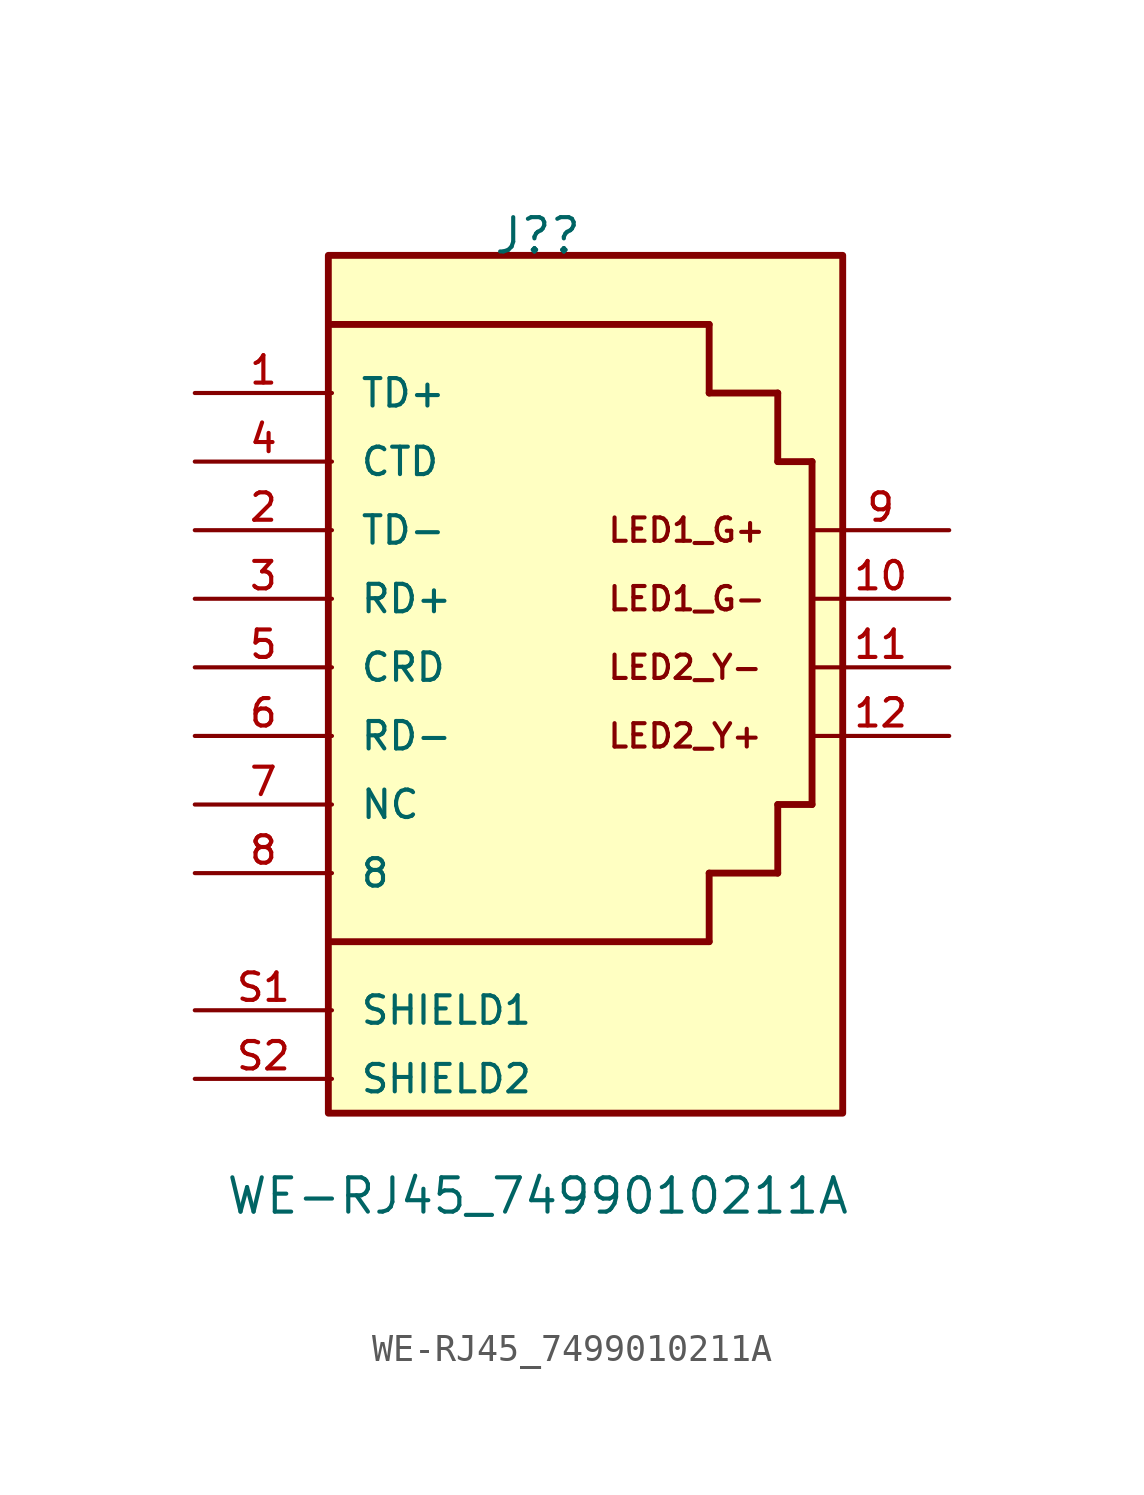
<source format=kicad_sym>
(kicad_symbol_lib
  (version 20241209)
  (generator "kicad_symbol_editor")
  (generator_version "9.0")
  (symbol "WE-RJ45_7499010211A"
    (pin_names
      (offset 1.016))
    (property "Reference" "J?"
      (at 0 15.24 0)
      (effects (font (size 1.27 1.27)) (justify bottom)))
    (property "Value" "WE-RJ45_7499010211A"
      (at 0 -20.32 0)
      (effects (font (size 1.27 1.27)) (justify bottom)))
    (symbol "WE-RJ45_7499010211A_0_0"
      (rectangle (start -7.754 15.258) (end 11.296 -16.51) (stroke (width 0.254) (type default)) (fill (type background)))
      (polyline (pts (xy -7.62 12.7) (xy 6.35 12.7)) (stroke (width 0.254) (type default)) (fill (type none)))
      (polyline (pts (xy 6.35 12.7) (xy 6.35 10.16)) (stroke (width 0.254) (type default)) (fill (type none)))
      (polyline (pts (xy 6.35 10.16) (xy 8.89 10.16)) (stroke (width 0.254) (type default)) (fill (type none)))
      (polyline (pts (xy 6.35 -7.62) (xy 8.89 -7.62)) (stroke (width 0.254) (type default)) (fill (type none)))
      (polyline (pts (xy 6.35 -10.16) (xy -7.62 -10.16)) (stroke (width 0.254) (type default)) (fill (type none)))
      (polyline (pts (xy 6.35 -10.16) (xy 6.35 -7.62)) (stroke (width 0.254) (type default)) (fill (type none)))
      (polyline (pts (xy 8.89 10.16) (xy 8.89 7.62)) (stroke (width 0.254) (type default)) (fill (type none)))
      (polyline (pts (xy 8.89 7.62) (xy 10.16 7.62)) (stroke (width 0.254) (type default)) (fill (type none)))
      (polyline (pts (xy 8.89 -5.08) (xy 10.16 -5.08)) (stroke (width 0.254) (type default)) (fill (type none)))
      (polyline (pts (xy 8.89 -7.62) (xy 8.89 -5.08)) (stroke (width 0.254) (type default)) (fill (type none)))
      (polyline (pts (xy 10.16 7.62) (xy 10.16 -5.08)) (stroke (width 0.254) (type default)) (fill (type none)))
      (text "LED1_G+" (at 2.54 5.08 0) (effects (font (size 0.864 0.864)) (justify left)))
      (text "LED1_G-" (at 2.54 2.54 0) (effects (font (size 0.864 0.864)) (justify left)))
      (text "LED2_Y-" (at 2.54 0 0) (effects (font (size 0.864 0.864)) (justify left)))
      (text "LED2_Y+" (at 2.54 -2.54 0) (effects (font (size 0.864 0.864)) (justify left)))
      (pin passive line (at -12.7 10.16 0) (length 5.08) (name "TD+" (effects (font (size 1.016 1.016)))) (number "1" (effects (font (size 1.016 1.016)))))
      (pin passive line (at -12.7 7.62 0) (length 5.08) (name "CTD" (effects (font (size 1.016 1.016)))) (number "4" (effects (font (size 1.016 1.016)))))
      (pin passive line (at -12.7 5.08 0) (length 5.08) (name "TD-" (effects (font (size 1.016 1.016)))) (number "2" (effects (font (size 1.016 1.016)))))
      (pin passive line (at -12.7 2.54 0) (length 5.08) (name "RD+" (effects (font (size 1.016 1.016)))) (number "3" (effects (font (size 1.016 1.016)))))
      (pin passive line (at -12.7 0 0) (length 5.08) (name "CRD" (effects (font (size 1.016 1.016)))) (number "5" (effects (font (size 1.016 1.016)))))
      (pin passive line (at -12.7 -2.54 0) (length 5.08) (name "RD-" (effects (font (size 1.016 1.016)))) (number "6" (effects (font (size 1.016 1.016)))))
      (pin passive line (at -12.7 -5.08 0) (length 5.08) (name "NC" (effects (font (size 1.016 1.016)))) (number "7" (effects (font (size 1.016 1.016)))))
      (pin passive line (at -12.7 -7.62 0) (length 5.08) (name "8" (effects (font (size 1.016 1.016)))) (number "8" (effects (font (size 1.016 1.016)))))
      (pin passive line (at -12.7 -12.7 0) (length 5.08) (name "SHIELD1" (effects (font (size 1.016 1.016)))) (number "S1" (effects (font (size 1.016 1.016)))))
      (pin passive line (at -12.7 -15.24 0) (length 5.08) (name "SHIELD2" (effects (font (size 1.016 1.016)))) (number "S2" (effects (font (size 1.016 1.016)))))
      (pin passive line (at 15.24 5.08 180) (length 5.08) (name "~" (effects (font (size 1.016 1.016)))) (number "9" (effects (font (size 1.016 1.016)))))
      (pin passive line (at 15.24 2.54 180) (length 5.08) (name "~" (effects (font (size 1.016 1.016)))) (number "10" (effects (font (size 1.016 1.016)))))
      (pin passive line (at 15.24 0 180) (length 5.08) (name "~" (effects (font (size 1.016 1.016)))) (number "11" (effects (font (size 1.016 1.016)))))
      (pin passive line (at 15.24 -2.54 180) (length 5.08) (name "~" (effects (font (size 1.016 1.016)))) (number "12" (effects (font (size 1.016 1.016))))))))
</source>
